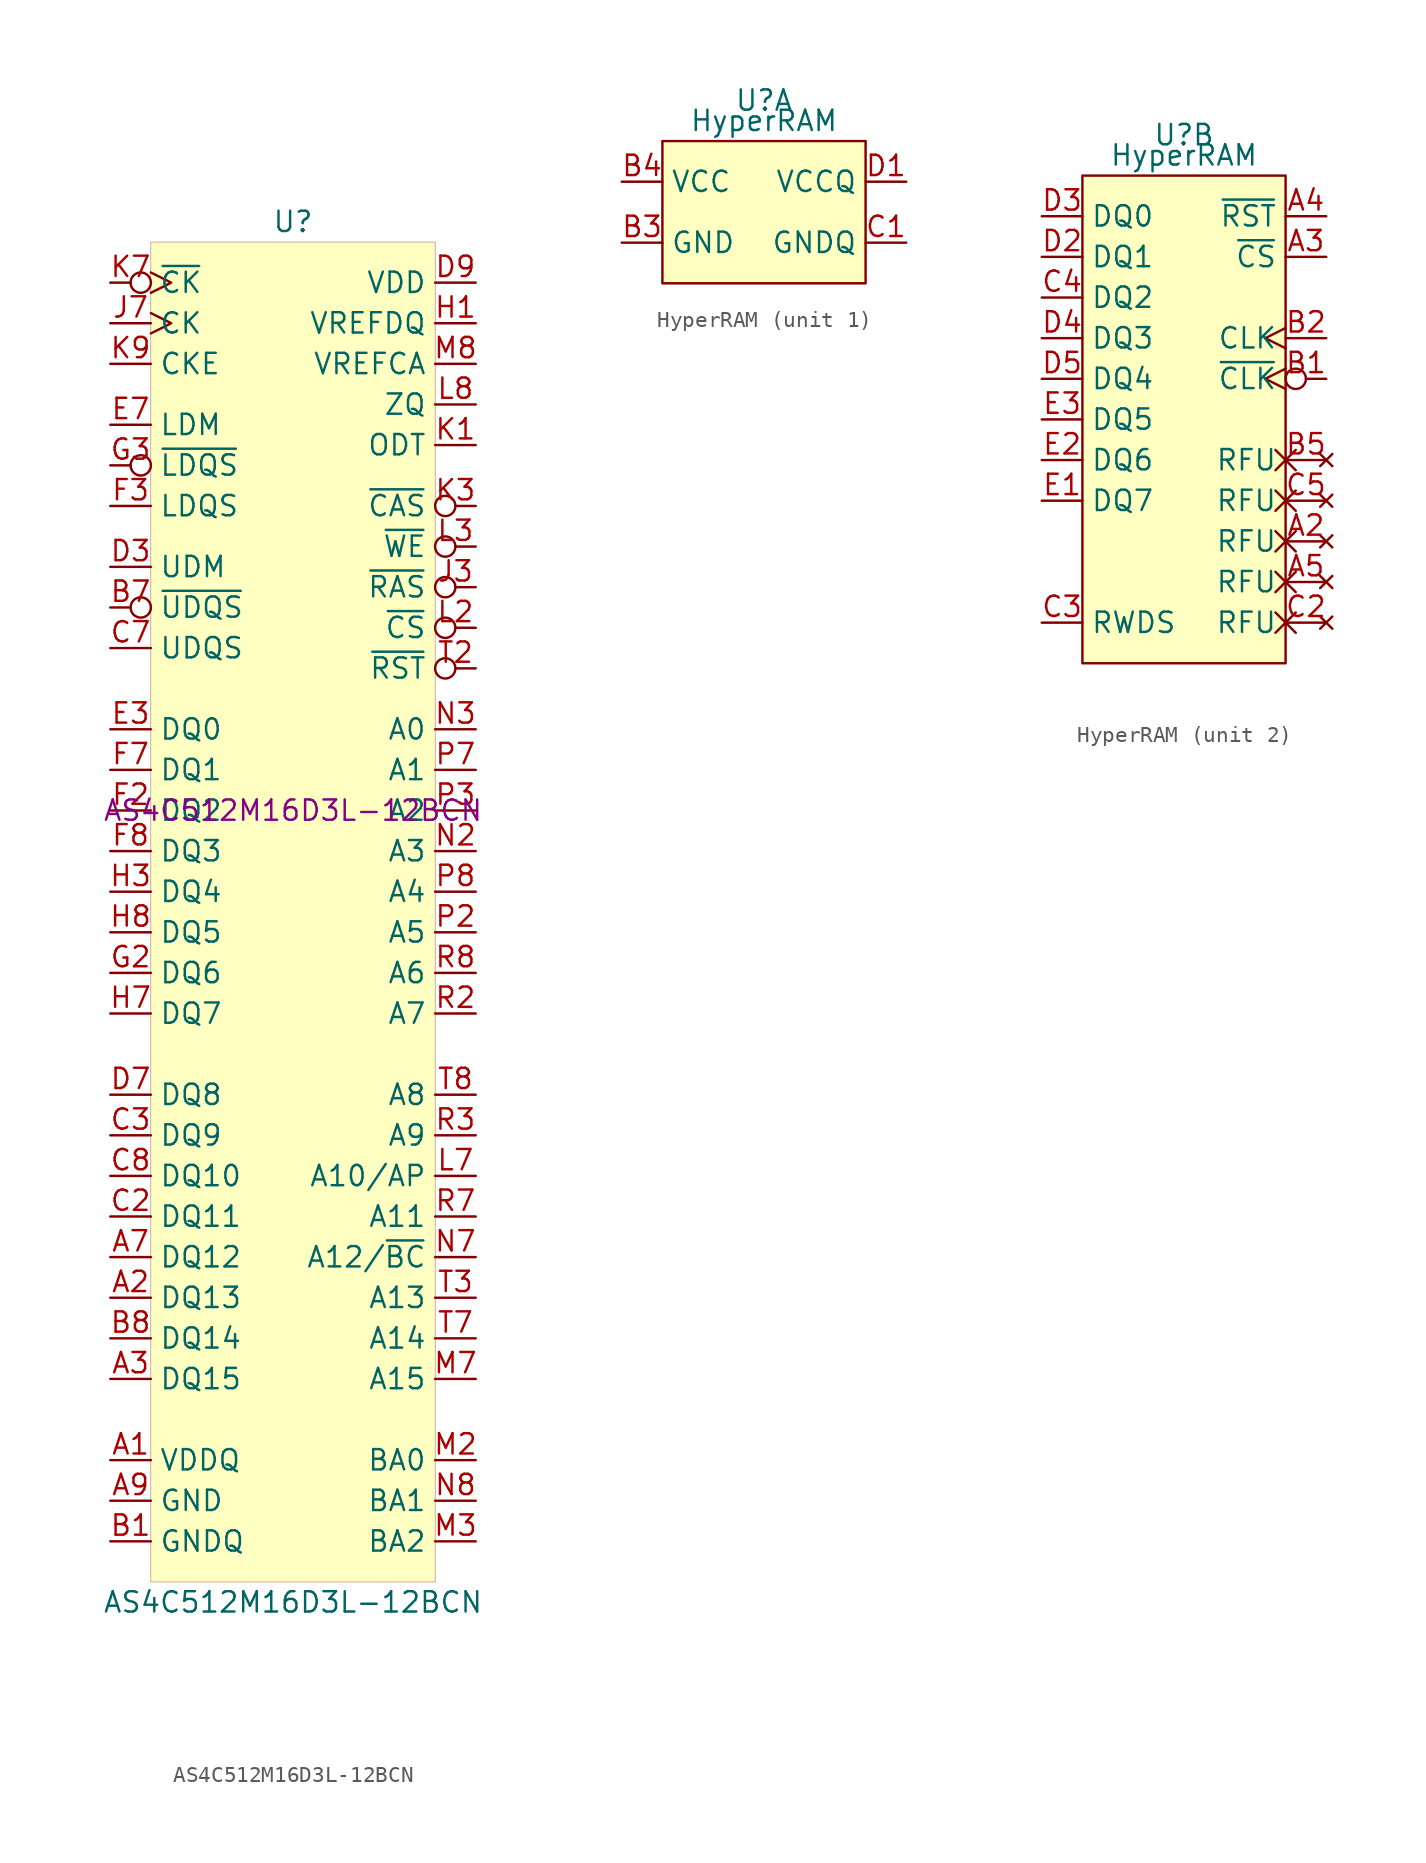
<source format=kicad_sym>
(kicad_symbol_lib
  (version 20231120)
  (generator "kicad_symbol_editor")
  (generator_version "8.0")
  (symbol "AS4C512M16D3L-12BCN"
    (property "Reference" "U"
      (at 0 36.83 0)
      (effects (font (size 1.27 1.27))))
    (property "Value" "AS4C512M16D3L-12BCN"
      (at 0 -49.53 0)
      (effects (font (size 1.27 1.27))))
    (property "MPN" "AS4C512M16D3L-12BCN"
      (at 0 0 0)
      (effects (font (size 1.27 1.27))))
    (symbol "AS4C512M16D3L-12BCN_0_1"
      (rectangle (start -8.89 35.56) (end 8.89 -48.26) (stroke (width 0.001) (type default)) (fill (type background))))
    (symbol "AS4C512M16D3L-12BCN_1_1"
      (pin power_in line (at -11.43 -40.64 0) (length 2.54) (name "VDDQ" (effects (font (size 1.27 1.27)))) (number "A1" (effects (font (size 1.27 1.27)))))
      (pin bidirectional line (at -11.43 -30.48 0) (length 2.54) (name "DQ13" (effects (font (size 1.27 1.27)))) (number "A2" (effects (font (size 1.27 1.27)))))
      (pin bidirectional line (at -11.43 -35.56 0) (length 2.54) (name "DQ15" (effects (font (size 1.27 1.27)))) (number "A3" (effects (font (size 1.27 1.27)))))
      (pin bidirectional line (at -11.43 -27.94 0) (length 2.54) (name "DQ12" (effects (font (size 1.27 1.27)))) (number "A7" (effects (font (size 1.27 1.27)))))
      (pin passive line (at -11.43 -40.64 0) (length 2.54) hide (name "VDDQ" (effects (font (size 1.27 1.27)))) (number "A8" (effects (font (size 1.27 1.27)))))
      (pin passive line (at -11.43 -43.18 0) (length 2.54) (name "GND" (effects (font (size 1.27 1.27)))) (number "A9" (effects (font (size 1.27 1.27)))))
      (pin passive line (at -11.43 -45.72 0) (length 2.54) (name "GNDQ" (effects (font (size 1.27 1.27)))) (number "B1" (effects (font (size 1.27 1.27)))))
      (pin passive line (at -11.43 -40.64 0) (length 2.54) hide (name "VDDQ" (effects (font (size 1.27 1.27)))) (number "B2" (effects (font (size 1.27 1.27)))))
      (pin passive line (at -11.43 -43.18 0) (length 2.54) hide (name "GND" (effects (font (size 1.27 1.27)))) (number "B3" (effects (font (size 1.27 1.27)))))
      (pin bidirectional inverted (at -11.43 12.7 0) (length 2.54) (name "~{UDQS}" (effects (font (size 1.27 1.27)))) (number "B7" (effects (font (size 1.27 1.27)))))
      (pin bidirectional line (at -11.43 -33.02 0) (length 2.54) (name "DQ14" (effects (font (size 1.27 1.27)))) (number "B8" (effects (font (size 1.27 1.27)))))
      (pin passive line (at -11.43 -45.72 0) (length 2.54) hide (name "GNDQ" (effects (font (size 1.27 1.27)))) (number "B9" (effects (font (size 1.27 1.27)))))
      (pin passive line (at -11.43 -40.64 0) (length 2.54) hide (name "VDDQ" (effects (font (size 1.27 1.27)))) (number "C1" (effects (font (size 1.27 1.27)))))
      (pin bidirectional line (at -11.43 -25.4 0) (length 2.54) (name "DQ11" (effects (font (size 1.27 1.27)))) (number "C2" (effects (font (size 1.27 1.27)))))
      (pin bidirectional line (at -11.43 -20.32 0) (length 2.54) (name "DQ9" (effects (font (size 1.27 1.27)))) (number "C3" (effects (font (size 1.27 1.27)))))
      (pin bidirectional line (at -11.43 10.16 0) (length 2.54) (name "UDQS" (effects (font (size 1.27 1.27)))) (number "C7" (effects (font (size 1.27 1.27)))))
      (pin bidirectional line (at -11.43 -22.86 0) (length 2.54) (name "DQ10" (effects (font (size 1.27 1.27)))) (number "C8" (effects (font (size 1.27 1.27)))))
      (pin passive line (at -11.43 -40.64 0) (length 2.54) hide (name "VDDQ" (effects (font (size 1.27 1.27)))) (number "C9" (effects (font (size 1.27 1.27)))))
      (pin passive line (at -11.43 -45.72 0) (length 2.54) hide (name "GNDQ" (effects (font (size 1.27 1.27)))) (number "D1" (effects (font (size 1.27 1.27)))))
      (pin passive line (at -11.43 -40.64 0) (length 2.54) hide (name "VDDQ" (effects (font (size 1.27 1.27)))) (number "D2" (effects (font (size 1.27 1.27)))))
      (pin input line (at -11.43 15.24 0) (length 2.54) (name "UDM" (effects (font (size 1.27 1.27)))) (number "D3" (effects (font (size 1.27 1.27)))))
      (pin bidirectional line (at -11.43 -17.78 0) (length 2.54) (name "DQ8" (effects (font (size 1.27 1.27)))) (number "D7" (effects (font (size 1.27 1.27)))))
      (pin passive line (at -11.43 -45.72 0) (length 2.54) hide (name "GNDQ" (effects (font (size 1.27 1.27)))) (number "D8" (effects (font (size 1.27 1.27)))))
      (pin power_in line (at 11.43 33.02 180) (length 2.54) (name "VDD" (effects (font (size 1.27 1.27)))) (number "D9" (effects (font (size 1.27 1.27)))))
      (pin passive line (at -11.43 -43.18 0) (length 2.54) hide (name "GND" (effects (font (size 1.27 1.27)))) (number "E1" (effects (font (size 1.27 1.27)))))
      (pin passive line (at -11.43 -45.72 0) (length 2.54) hide (name "GNDQ" (effects (font (size 1.27 1.27)))) (number "E2" (effects (font (size 1.27 1.27)))))
      (pin bidirectional line (at -11.43 5.08 0) (length 2.54) (name "DQ0" (effects (font (size 1.27 1.27)))) (number "E3" (effects (font (size 1.27 1.27)))))
      (pin input line (at -11.43 24.13 0) (length 2.54) (name "LDM" (effects (font (size 1.27 1.27)))) (number "E7" (effects (font (size 1.27 1.27)))))
      (pin passive line (at -11.43 -45.72 0) (length 2.54) hide (name "GNDQ" (effects (font (size 1.27 1.27)))) (number "E8" (effects (font (size 1.27 1.27)))))
      (pin passive line (at -11.43 -40.64 0) (length 2.54) hide (name "VDDQ" (effects (font (size 1.27 1.27)))) (number "E9" (effects (font (size 1.27 1.27)))))
      (pin passive line (at -11.43 -40.64 0) (length 2.54) hide (name "VDDQ" (effects (font (size 1.27 1.27)))) (number "F1" (effects (font (size 1.27 1.27)))))
      (pin bidirectional line (at -11.43 0 0) (length 2.54) (name "DQ2" (effects (font (size 1.27 1.27)))) (number "F2" (effects (font (size 1.27 1.27)))))
      (pin bidirectional line (at -11.43 19.05 0) (length 2.54) (name "LDQS" (effects (font (size 1.27 1.27)))) (number "F3" (effects (font (size 1.27 1.27)))))
      (pin bidirectional line (at -11.43 2.54 0) (length 2.54) (name "DQ1" (effects (font (size 1.27 1.27)))) (number "F7" (effects (font (size 1.27 1.27)))))
      (pin bidirectional line (at -11.43 -2.54 0) (length 2.54) (name "DQ3" (effects (font (size 1.27 1.27)))) (number "F8" (effects (font (size 1.27 1.27)))))
      (pin passive line (at -11.43 -45.72 0) (length 2.54) hide (name "GNDQ" (effects (font (size 1.27 1.27)))) (number "F9" (effects (font (size 1.27 1.27)))))
      (pin passive line (at -11.43 -45.72 0) (length 2.54) hide (name "GNDQ" (effects (font (size 1.27 1.27)))) (number "G1" (effects (font (size 1.27 1.27)))))
      (pin bidirectional line (at -11.43 -10.16 0) (length 2.54) (name "DQ6" (effects (font (size 1.27 1.27)))) (number "G2" (effects (font (size 1.27 1.27)))))
      (pin bidirectional inverted (at -11.43 21.59 0) (length 2.54) (name "~{LDQS}" (effects (font (size 1.27 1.27)))) (number "G3" (effects (font (size 1.27 1.27)))))
      (pin passive line (at 11.43 33.02 180) (length 2.54) hide (name "VDD" (effects (font (size 1.27 1.27)))) (number "G7" (effects (font (size 1.27 1.27)))))
      (pin passive line (at -11.43 -43.18 0) (length 2.54) hide (name "GND" (effects (font (size 1.27 1.27)))) (number "G8" (effects (font (size 1.27 1.27)))))
      (pin passive line (at -11.43 -45.72 0) (length 2.54) hide (name "GNDQ" (effects (font (size 1.27 1.27)))) (number "G9" (effects (font (size 1.27 1.27)))))
      (pin power_in line (at 11.43 30.48 180) (length 2.54) (name "VREFDQ" (effects (font (size 1.27 1.27)))) (number "H1" (effects (font (size 1.27 1.27)))))
      (pin passive line (at -11.43 -40.64 0) (length 2.54) hide (name "VDDQ" (effects (font (size 1.27 1.27)))) (number "H2" (effects (font (size 1.27 1.27)))))
      (pin bidirectional line (at -11.43 -5.08 0) (length 2.54) (name "DQ4" (effects (font (size 1.27 1.27)))) (number "H3" (effects (font (size 1.27 1.27)))))
      (pin bidirectional line (at -11.43 -12.7 0) (length 2.54) (name "DQ7" (effects (font (size 1.27 1.27)))) (number "H7" (effects (font (size 1.27 1.27)))))
      (pin bidirectional line (at -11.43 -7.62 0) (length 2.54) (name "DQ5" (effects (font (size 1.27 1.27)))) (number "H8" (effects (font (size 1.27 1.27)))))
      (pin passive line (at -11.43 -40.64 0) (length 2.54) hide (name "VDDQ" (effects (font (size 1.27 1.27)))) (number "H9" (effects (font (size 1.27 1.27)))))
      (pin passive line (at -11.43 -43.18 0) (length 2.54) hide (name "GND" (effects (font (size 1.27 1.27)))) (number "J2" (effects (font (size 1.27 1.27)))))
      (pin bidirectional inverted (at 11.43 13.97 180) (length 2.54) (name "~{RAS}" (effects (font (size 1.27 1.27)))) (number "J3" (effects (font (size 1.27 1.27)))))
      (pin input clock (at -11.43 30.48 0) (length 2.54) (name "CK" (effects (font (size 1.27 1.27)))) (number "J7" (effects (font (size 1.27 1.27)))))
      (pin passive line (at 11.43 33.02 180) (length 2.54) hide (name "VDD" (effects (font (size 1.27 1.27)))) (number "J8" (effects (font (size 1.27 1.27)))))
      (pin input line (at 11.43 22.86 180) (length 2.54) (name "ODT" (effects (font (size 1.27 1.27)))) (number "K1" (effects (font (size 1.27 1.27)))))
      (pin passive line (at 11.43 33.02 180) (length 2.54) hide (name "VDD" (effects (font (size 1.27 1.27)))) (number "K2" (effects (font (size 1.27 1.27)))))
      (pin input inverted (at 11.43 19.05 180) (length 2.54) (name "~{CAS}" (effects (font (size 1.27 1.27)))) (number "K3" (effects (font (size 1.27 1.27)))))
      (pin input inverted_clock (at -11.43 33.02 0) (length 2.54) (name "~{CK}" (effects (font (size 1.27 1.27)))) (number "K7" (effects (font (size 1.27 1.27)))))
      (pin passive line (at 11.43 33.02 180) (length 2.54) hide (name "VDD" (effects (font (size 1.27 1.27)))) (number "K8" (effects (font (size 1.27 1.27)))))
      (pin input line (at -11.43 27.94 0) (length 2.54) (name "CKE" (effects (font (size 1.27 1.27)))) (number "K9" (effects (font (size 1.27 1.27)))))
      (pin input inverted (at 11.43 11.43 180) (length 2.54) (name "~{CS}" (effects (font (size 1.27 1.27)))) (number "L2" (effects (font (size 1.27 1.27)))))
      (pin input inverted (at 11.43 16.51 180) (length 2.54) (name "~{WE}" (effects (font (size 1.27 1.27)))) (number "L3" (effects (font (size 1.27 1.27)))))
      (pin input line (at 11.43 -22.86 180) (length 2.54) (name "A10/AP" (effects (font (size 1.27 1.27)))) (number "L7" (effects (font (size 1.27 1.27)))))
      (pin passive line (at 11.43 25.4 180) (length 2.54) (name "ZQ" (effects (font (size 1.27 1.27)))) (number "L8" (effects (font (size 1.27 1.27)))))
      (pin passive line (at -11.43 -43.18 0) (length 2.54) hide (name "GND" (effects (font (size 1.27 1.27)))) (number "M1" (effects (font (size 1.27 1.27)))))
      (pin input line (at 11.43 -40.64 180) (length 2.54) (name "BA0" (effects (font (size 1.27 1.27)))) (number "M2" (effects (font (size 1.27 1.27)))))
      (pin input line (at 11.43 -45.72 180) (length 2.54) (name "BA2" (effects (font (size 1.27 1.27)))) (number "M3" (effects (font (size 1.27 1.27)))))
      (pin input line (at 11.43 -35.56 180) (length 2.54) (name "A15" (effects (font (size 1.27 1.27)))) (number "M7" (effects (font (size 1.27 1.27)))))
      (pin power_in line (at 11.43 27.94 180) (length 2.54) (name "VREFCA" (effects (font (size 1.27 1.27)))) (number "M8" (effects (font (size 1.27 1.27)))))
      (pin passive line (at -11.43 -43.18 0) (length 2.54) hide (name "GND" (effects (font (size 1.27 1.27)))) (number "M9" (effects (font (size 1.27 1.27)))))
      (pin passive line (at 11.43 33.02 180) (length 2.54) hide (name "VDD" (effects (font (size 1.27 1.27)))) (number "N1" (effects (font (size 1.27 1.27)))))
      (pin input line (at 11.43 -2.54 180) (length 2.54) (name "A3" (effects (font (size 1.27 1.27)))) (number "N2" (effects (font (size 1.27 1.27)))))
      (pin input line (at 11.43 5.08 180) (length 2.54) (name "A0" (effects (font (size 1.27 1.27)))) (number "N3" (effects (font (size 1.27 1.27)))))
      (pin input line (at 11.43 -27.94 180) (length 2.54) (name "A12/~{BC}" (effects (font (size 1.27 1.27)))) (number "N7" (effects (font (size 1.27 1.27)))))
      (pin input line (at 11.43 -43.18 180) (length 2.54) (name "BA1" (effects (font (size 1.27 1.27)))) (number "N8" (effects (font (size 1.27 1.27)))))
      (pin passive line (at 11.43 33.02 180) (length 2.54) hide (name "VDD" (effects (font (size 1.27 1.27)))) (number "N9" (effects (font (size 1.27 1.27)))))
      (pin passive line (at -11.43 -43.18 0) (length 2.54) hide (name "GND" (effects (font (size 1.27 1.27)))) (number "P1" (effects (font (size 1.27 1.27)))))
      (pin input line (at 11.43 -7.62 180) (length 2.54) (name "A5" (effects (font (size 1.27 1.27)))) (number "P2" (effects (font (size 1.27 1.27)))))
      (pin input line (at 11.43 0 180) (length 2.54) (name "A2" (effects (font (size 1.27 1.27)))) (number "P3" (effects (font (size 1.27 1.27)))))
      (pin input line (at 11.43 2.54 180) (length 2.54) (name "A1" (effects (font (size 1.27 1.27)))) (number "P7" (effects (font (size 1.27 1.27)))))
      (pin input line (at 11.43 -5.08 180) (length 2.54) (name "A4" (effects (font (size 1.27 1.27)))) (number "P8" (effects (font (size 1.27 1.27)))))
      (pin passive line (at -11.43 -43.18 0) (length 2.54) hide (name "GND" (effects (font (size 1.27 1.27)))) (number "P9" (effects (font (size 1.27 1.27)))))
      (pin passive line (at 11.43 33.02 180) (length 2.54) hide (name "VDD" (effects (font (size 1.27 1.27)))) (number "R1" (effects (font (size 1.27 1.27)))))
      (pin input line (at 11.43 -12.7 180) (length 2.54) (name "A7" (effects (font (size 1.27 1.27)))) (number "R2" (effects (font (size 1.27 1.27)))))
      (pin input line (at 11.43 -20.32 180) (length 2.54) (name "A9" (effects (font (size 1.27 1.27)))) (number "R3" (effects (font (size 1.27 1.27)))))
      (pin input line (at 11.43 -25.4 180) (length 2.54) (name "A11" (effects (font (size 1.27 1.27)))) (number "R7" (effects (font (size 1.27 1.27)))))
      (pin input line (at 11.43 -10.16 180) (length 2.54) (name "A6" (effects (font (size 1.27 1.27)))) (number "R8" (effects (font (size 1.27 1.27)))))
      (pin passive line (at 11.43 33.02 180) (length 2.54) hide (name "VDD" (effects (font (size 1.27 1.27)))) (number "R9" (effects (font (size 1.27 1.27)))))
      (pin passive line (at -11.43 -43.18 0) (length 2.54) hide (name "GND" (effects (font (size 1.27 1.27)))) (number "T1" (effects (font (size 1.27 1.27)))))
      (pin input inverted (at 11.43 8.89 180) (length 2.54) (name "~{RST}" (effects (font (size 1.27 1.27)))) (number "T2" (effects (font (size 1.27 1.27)))))
      (pin input line (at 11.43 -30.48 180) (length 2.54) (name "A13" (effects (font (size 1.27 1.27)))) (number "T3" (effects (font (size 1.27 1.27)))))
      (pin input line (at 11.43 -33.02 180) (length 2.54) (name "A14" (effects (font (size 1.27 1.27)))) (number "T7" (effects (font (size 1.27 1.27)))))
      (pin input line (at 11.43 -17.78 180) (length 2.54) (name "A8" (effects (font (size 1.27 1.27)))) (number "T8" (effects (font (size 1.27 1.27)))))
      (pin passive line (at -11.43 -43.18 0) (length 2.54) hide (name "GND" (effects (font (size 1.27 1.27)))) (number "T9" (effects (font (size 1.27 1.27)))))))
  (symbol "HyperRAM"
    (property "Reference" "U"
      (at 0 3.81 0)
      (effects (font (size 1.27 1.27))))
    (property "Value" "HyperRAM"
      (at 0 2.54 0)
      (effects (font (size 1.27 1.27))))
    (property "ki_locked" ""
      (at 0 0 0)
      (effects (font (size 1.27 1.27))))
    (symbol "HyperRAM_1_1"
      (rectangle (start -6.35 1.27) (end 6.35 -7.62) (stroke (width 0.152) (type default)) (fill (type background)))
      (pin power_in line (at -8.89 -5.08 0) (length 2.54) (name "GND" (effects (font (size 1.27 1.27)))) (number "B3" (effects (font (size 1.27 1.27)))))
      (pin power_in line (at -8.89 -1.27 0) (length 2.54) (name "VCC" (effects (font (size 1.27 1.27)))) (number "B4" (effects (font (size 1.27 1.27)))))
      (pin power_in line (at 8.89 -5.08 180) (length 2.54) (name "GNDQ" (effects (font (size 1.27 1.27)))) (number "C1" (effects (font (size 1.27 1.27)))))
      (pin power_in line (at 8.89 -1.27 180) (length 2.54) (name "VCCQ" (effects (font (size 1.27 1.27)))) (number "D1" (effects (font (size 1.27 1.27)))))
      (pin passive line (at 8.89 -1.27 180) (length 2.54) hide (name "VCCQ" (effects (font (size 1.27 1.27)))) (number "E4" (effects (font (size 1.27 1.27)))))
      (pin passive line (at 8.89 -5.08 180) (length 2.54) hide (name "GNDQ" (effects (font (size 1.27 1.27)))) (number "E5" (effects (font (size 1.27 1.27))))))
    (symbol "HyperRAM_2_1"
      (rectangle (start -6.35 1.27) (end 6.35 -29.21) (stroke (width 0.152) (type default)) (fill (type background)))
      (pin no_connect non_logic (at 8.89 -21.59 180) (length 2.54) (name "RFU" (effects (font (size 1.27 1.27)))) (number "A2" (effects (font (size 1.27 1.27)))))
      (pin input line (at 8.89 -3.81 180) (length 2.54) (name "~{CS}" (effects (font (size 1.27 1.27)))) (number "A3" (effects (font (size 1.27 1.27)))))
      (pin input line (at 8.89 -1.27 180) (length 2.54) (name "~{RST}" (effects (font (size 1.27 1.27)))) (number "A4" (effects (font (size 1.27 1.27)))))
      (pin no_connect non_logic (at 8.89 -24.13 180) (length 2.54) (name "RFU" (effects (font (size 1.27 1.27)))) (number "A5" (effects (font (size 1.27 1.27)))))
      (pin input inverted_clock (at 8.89 -11.43 180) (length 2.54) (name "~{CLK}" (effects (font (size 1.27 1.27)))) (number "B1" (effects (font (size 1.27 1.27)))))
      (pin input clock (at 8.89 -8.89 180) (length 2.54) (name "CLK" (effects (font (size 1.27 1.27)))) (number "B2" (effects (font (size 1.27 1.27)))))
      (pin no_connect non_logic (at 8.89 -16.51 180) (length 2.54) (name "RFU" (effects (font (size 1.27 1.27)))) (number "B5" (effects (font (size 1.27 1.27)))) (alternate "PSC" passive line))
      (pin no_connect non_logic (at 8.89 -26.67 180) (length 2.54) (name "RFU" (effects (font (size 1.27 1.27)))) (number "C2" (effects (font (size 1.27 1.27)))))
      (pin passive line (at -8.89 -26.67 0) (length 2.54) (name "RWDS" (effects (font (size 1.27 1.27)))) (number "C3" (effects (font (size 1.27 1.27)))))
      (pin bidirectional line (at -8.89 -6.35 0) (length 2.54) (name "DQ2" (effects (font (size 1.27 1.27)))) (number "C4" (effects (font (size 1.27 1.27)))))
      (pin no_connect non_logic (at 8.89 -19.05 180) (length 2.54) (name "RFU" (effects (font (size 1.27 1.27)))) (number "C5" (effects (font (size 1.27 1.27)))) (alternate "~{PSC}" passive line))
      (pin bidirectional line (at -8.89 -3.81 0) (length 2.54) (name "DQ1" (effects (font (size 1.27 1.27)))) (number "D2" (effects (font (size 1.27 1.27)))))
      (pin bidirectional line (at -8.89 -1.27 0) (length 2.54) (name "DQ0" (effects (font (size 1.27 1.27)))) (number "D3" (effects (font (size 1.27 1.27)))))
      (pin bidirectional line (at -8.89 -8.89 0) (length 2.54) (name "DQ3" (effects (font (size 1.27 1.27)))) (number "D4" (effects (font (size 1.27 1.27)))))
      (pin bidirectional line (at -8.89 -11.43 0) (length 2.54) (name "DQ4" (effects (font (size 1.27 1.27)))) (number "D5" (effects (font (size 1.27 1.27)))))
      (pin bidirectional line (at -8.89 -19.05 0) (length 2.54) (name "DQ7" (effects (font (size 1.27 1.27)))) (number "E1" (effects (font (size 1.27 1.27)))))
      (pin bidirectional line (at -8.89 -16.51 0) (length 2.54) (name "DQ6" (effects (font (size 1.27 1.27)))) (number "E2" (effects (font (size 1.27 1.27)))))
      (pin bidirectional line (at -8.89 -13.97 0) (length 2.54) (name "DQ5" (effects (font (size 1.27 1.27)))) (number "E3" (effects (font (size 1.27 1.27))))))))
</source>
